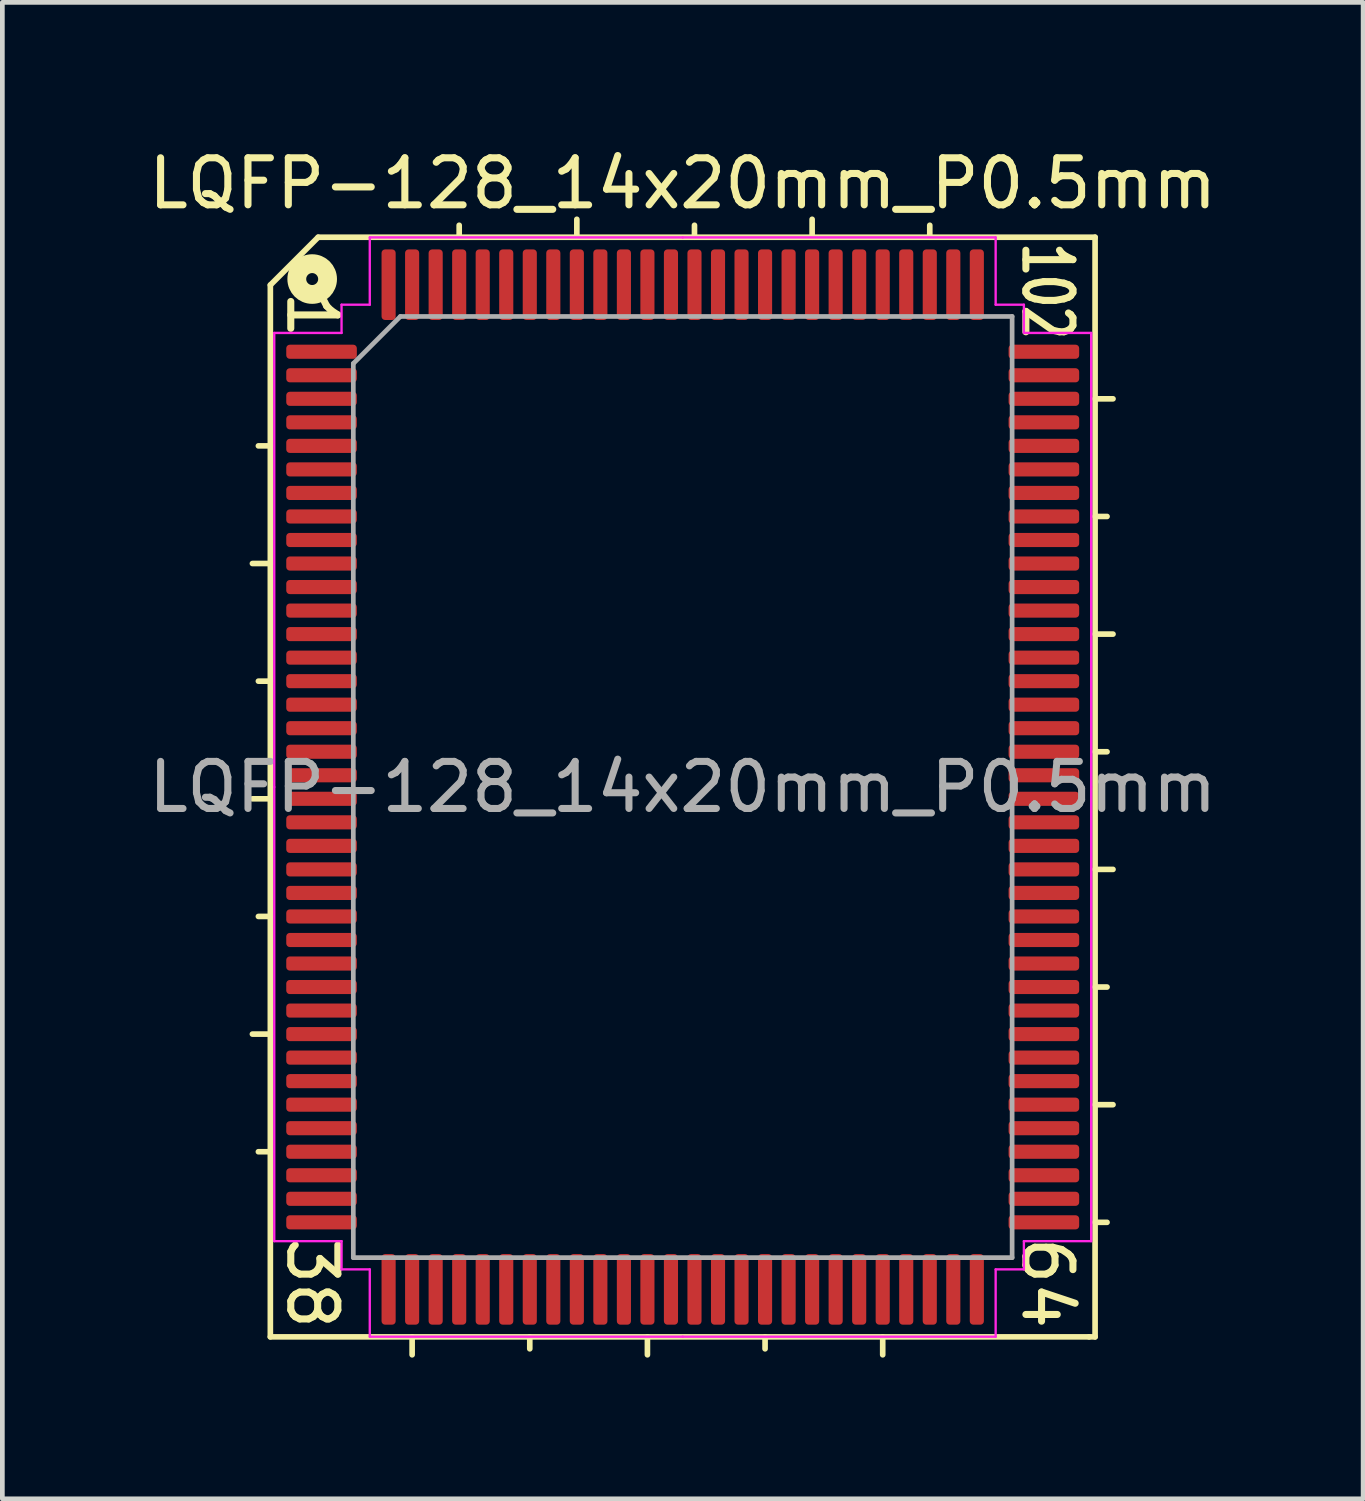
<source format=kicad_pcb>
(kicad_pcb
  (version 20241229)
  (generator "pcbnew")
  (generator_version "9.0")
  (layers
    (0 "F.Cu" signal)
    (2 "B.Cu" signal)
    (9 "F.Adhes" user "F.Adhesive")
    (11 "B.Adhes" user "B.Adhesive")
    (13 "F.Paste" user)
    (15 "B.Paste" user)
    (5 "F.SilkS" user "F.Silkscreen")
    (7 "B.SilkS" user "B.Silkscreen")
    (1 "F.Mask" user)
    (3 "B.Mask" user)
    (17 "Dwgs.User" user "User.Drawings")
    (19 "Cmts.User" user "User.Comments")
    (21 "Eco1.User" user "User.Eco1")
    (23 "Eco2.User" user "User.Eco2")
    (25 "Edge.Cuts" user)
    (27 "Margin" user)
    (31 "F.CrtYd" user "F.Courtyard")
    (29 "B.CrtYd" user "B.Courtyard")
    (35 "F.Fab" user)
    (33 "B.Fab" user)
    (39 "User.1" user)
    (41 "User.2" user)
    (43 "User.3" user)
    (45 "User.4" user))
  (footprint "LQFP-128_14x20mm_P0.5mm"
    (layer "F.Cu")
    (at 11.458 13.675)
    (property "Reference" "LQFP-128_14x20mm_P0.5mm" (at 0 -12.827 0) (layer "F.SilkS") (effects (font (size 1 1) (thickness 0.15))))
    (attr smd)
    (fp_line (start -9.144 -4.75) (end -8.763 -4.75) (stroke (width 0.12) (type solid)) (layer "F.SilkS"))
    (fp_line (start -9.144 0.25) (end -8.763 0.25) (stroke (width 0.12) (type solid)) (layer "F.SilkS"))
    (fp_line (start -9.144 5.25) (end -8.763 5.25) (stroke (width 0.12) (type solid)) (layer "F.SilkS"))
    (fp_line (start -9.017 -2.25) (end -8.763 -2.25) (stroke (width 0.12) (type solid)) (layer "F.SilkS"))
    (fp_line (start -9.017 2.75) (end -8.763 2.75) (stroke (width 0.12) (type solid)) (layer "F.SilkS"))
    (fp_line (start -9.017 7.75) (end -8.763 7.75) (stroke (width 0.12) (type solid)) (layer "F.SilkS"))
    (fp_line (start -8.763 -10.668) (end -8.763 11.684) (stroke (width 0.12) (type solid)) (layer "F.SilkS"))
    (fp_line (start -8.763 -7.25) (end -9.017 -7.25) (stroke (width 0.12) (type solid)) (layer "F.SilkS"))
    (fp_line (start -8.763 11.684) (end 8.636 11.684) (stroke (width 0.12) (type solid)) (layer "F.SilkS"))
    (fp_line (start -7.747 -11.684) (end -8.763 -10.668) (stroke (width 0.12) (type solid)) (layer "F.SilkS"))
    (fp_line (start -5.75 12.065) (end -5.75 11.684) (stroke (width 0.12) (type solid)) (layer "F.SilkS"))
    (fp_line (start -4.75 -11.938) (end -4.75 -11.684) (stroke (width 0.12) (type solid)) (layer "F.SilkS"))
    (fp_line (start -3.25 11.938) (end -3.25 11.684) (stroke (width 0.12) (type solid)) (layer "F.SilkS"))
    (fp_line (start -2.25 -12.065) (end -2.25 -11.684) (stroke (width 0.12) (type solid)) (layer "F.SilkS"))
    (fp_line (start -0.75 12.065) (end -0.75 11.684) (stroke (width 0.12) (type solid)) (layer "F.SilkS"))
    (fp_line (start 0.25 -11.938) (end 0.25 -11.684) (stroke (width 0.12) (type solid)) (layer "F.SilkS"))
    (fp_line (start 1.75 11.938) (end 1.75 11.684) (stroke (width 0.12) (type solid)) (layer "F.SilkS"))
    (fp_line (start 2.75 -12.065) (end 2.75 -11.684) (stroke (width 0.12) (type solid)) (layer "F.SilkS"))
    (fp_line (start 4.25 12.065) (end 4.25 11.684) (stroke (width 0.12) (type solid)) (layer "F.SilkS"))
    (fp_line (start 5.25 -11.938) (end 5.25 -11.684) (stroke (width 0.12) (type solid)) (layer "F.SilkS"))
    (fp_line (start 8.636 11.684) (end 8.763 11.684) (stroke (width 0.12) (type solid)) (layer "F.SilkS"))
    (fp_line (start 8.763 -11.684) (end -7.747 -11.684) (stroke (width 0.12) (type solid)) (layer "F.SilkS"))
    (fp_line (start 8.763 11.684) (end 8.763 -11.684) (stroke (width 0.12) (type solid)) (layer "F.SilkS"))
    (fp_line (start 9.017 -5.75) (end 8.763 -5.75) (stroke (width 0.12) (type solid)) (layer "F.SilkS"))
    (fp_line (start 9.017 -0.75) (end 8.763 -0.75) (stroke (width 0.12) (type solid)) (layer "F.SilkS"))
    (fp_line (start 9.017 4.25) (end 8.763 4.25) (stroke (width 0.12) (type solid)) (layer "F.SilkS"))
    (fp_line (start 9.017 9.25) (end 8.763 9.25) (stroke (width 0.12) (type solid)) (layer "F.SilkS"))
    (fp_line (start 9.144 -8.25) (end 8.763 -8.25) (stroke (width 0.12) (type solid)) (layer "F.SilkS"))
    (fp_line (start 9.144 -3.25) (end 8.763 -3.25) (stroke (width 0.12) (type solid)) (layer "F.SilkS"))
    (fp_line (start 9.144 1.75) (end 8.763 1.75) (stroke (width 0.12) (type solid)) (layer "F.SilkS"))
    (fp_line (start 9.144 6.75) (end 8.763 6.75) (stroke (width 0.12) (type solid)) (layer "F.SilkS"))
    (fp_circle (center -7.874 -10.795) (end -7.747 -10.795) (stroke (width 0.4) (type solid)) (fill no) (layer "F.SilkS"))
    (fp_line (start -8.68 -9.65) (end -8.68 0) (stroke (width 0.05) (type solid)) (layer "F.CrtYd"))
    (fp_line (start -8.68 9.65) (end -8.68 0) (stroke (width 0.05) (type solid)) (layer "F.CrtYd"))
    (fp_line (start -7.25 -10.25) (end -7.25 -9.65) (stroke (width 0.05) (type solid)) (layer "F.CrtYd"))
    (fp_line (start -7.25 -9.65) (end -8.68 -9.65) (stroke (width 0.05) (type solid)) (layer "F.CrtYd"))
    (fp_line (start -7.25 9.65) (end -8.68 9.65) (stroke (width 0.05) (type solid)) (layer "F.CrtYd"))
    (fp_line (start -7.25 10.25) (end -7.25 9.65) (stroke (width 0.05) (type solid)) (layer "F.CrtYd"))
    (fp_line (start -6.65 -11.68) (end -6.65 -10.25) (stroke (width 0.05) (type solid)) (layer "F.CrtYd"))
    (fp_line (start -6.65 -10.25) (end -7.25 -10.25) (stroke (width 0.05) (type solid)) (layer "F.CrtYd"))
    (fp_line (start -6.65 10.25) (end -7.25 10.25) (stroke (width 0.05) (type solid)) (layer "F.CrtYd"))
    (fp_line (start -6.65 11.68) (end -6.65 10.25) (stroke (width 0.05) (type solid)) (layer "F.CrtYd"))
    (fp_line (start 0 -11.68) (end -6.65 -11.68) (stroke (width 0.05) (type solid)) (layer "F.CrtYd"))
    (fp_line (start 0 -11.68) (end 6.65 -11.68) (stroke (width 0.05) (type solid)) (layer "F.CrtYd"))
    (fp_line (start 0 11.68) (end -6.65 11.68) (stroke (width 0.05) (type solid)) (layer "F.CrtYd"))
    (fp_line (start 0 11.68) (end 6.65 11.68) (stroke (width 0.05) (type solid)) (layer "F.CrtYd"))
    (fp_line (start 6.65 -11.68) (end 6.65 -10.25) (stroke (width 0.05) (type solid)) (layer "F.CrtYd"))
    (fp_line (start 6.65 -10.25) (end 7.25 -10.25) (stroke (width 0.05) (type solid)) (layer "F.CrtYd"))
    (fp_line (start 6.65 10.25) (end 7.25 10.25) (stroke (width 0.05) (type solid)) (layer "F.CrtYd"))
    (fp_line (start 6.65 11.68) (end 6.65 10.25) (stroke (width 0.05) (type solid)) (layer "F.CrtYd"))
    (fp_line (start 7.25 -10.25) (end 7.25 -9.65) (stroke (width 0.05) (type solid)) (layer "F.CrtYd"))
    (fp_line (start 7.25 -9.65) (end 8.68 -9.65) (stroke (width 0.05) (type solid)) (layer "F.CrtYd"))
    (fp_line (start 7.25 9.65) (end 8.68 9.65) (stroke (width 0.05) (type solid)) (layer "F.CrtYd"))
    (fp_line (start 7.25 10.25) (end 7.25 9.65) (stroke (width 0.05) (type solid)) (layer "F.CrtYd"))
    (fp_line (start 8.68 -9.65) (end 8.68 0) (stroke (width 0.05) (type solid)) (layer "F.CrtYd"))
    (fp_line (start 8.68 9.65) (end 8.68 0) (stroke (width 0.05) (type solid)) (layer "F.CrtYd"))
    (fp_line (start -7 -9) (end -6 -10) (stroke (width 0.1) (type solid)) (layer "F.Fab"))
    (fp_line (start -7 10) (end -7 -9) (stroke (width 0.1) (type solid)) (layer "F.Fab"))
    (fp_line (start -6 -10) (end 7 -10) (stroke (width 0.1) (type solid)) (layer "F.Fab"))
    (fp_line (start 7 -10) (end 7 10) (stroke (width 0.1) (type solid)) (layer "F.Fab"))
    (fp_line (start 7 10) (end -7 10) (stroke (width 0.1) (type solid)) (layer "F.Fab"))
    (fp_text user "102" (at 7.747 -10.541 270) (unlocked yes) (layer "F.SilkS") (effects (font (size 1 0.7) (thickness 0.15))))
    (fp_text user "38" (at -7.874 10.541 270) (unlocked yes) (layer "F.SilkS") (effects (font (size 1 1) (thickness 0.15))))
    (fp_text user "64" (at 7.747 10.541 270) (unlocked yes) (layer "F.SilkS") (effects (font (size 1 1) (thickness 0.15))))
    (fp_text user "1" (at -7.874 -10.033 270) (unlocked yes) (layer "F.SilkS") (effects (font (size 1 1) (thickness 0.15))))
    (fp_text user "${REFERENCE}" (at 0 0 0) (layer "F.Fab") (effects (font (size 1 1) (thickness 0.15))))
    (pad "1" smd roundrect (at -7.675 -9.25) (size 1.5 0.3) (layers "F.Cu" "F.Mask" "F.Paste") (roundrect_rratio 0.25))
    (pad "2" smd roundrect (at -7.675 -8.75) (size 1.5 0.3) (layers "F.Cu" "F.Mask" "F.Paste") (roundrect_rratio 0.25))
    (pad "3" smd roundrect (at -7.675 -8.25) (size 1.5 0.3) (layers "F.Cu" "F.Mask" "F.Paste") (roundrect_rratio 0.25))
    (pad "4" smd roundrect (at -7.675 -7.75) (size 1.5 0.3) (layers "F.Cu" "F.Mask" "F.Paste") (roundrect_rratio 0.25))
    (pad "5" smd roundrect (at -7.675 -7.25) (size 1.5 0.3) (layers "F.Cu" "F.Mask" "F.Paste") (roundrect_rratio 0.25))
    (pad "6" smd roundrect (at -7.675 -6.75) (size 1.5 0.3) (layers "F.Cu" "F.Mask" "F.Paste") (roundrect_rratio 0.25))
    (pad "7" smd roundrect (at -7.675 -6.25) (size 1.5 0.3) (layers "F.Cu" "F.Mask" "F.Paste") (roundrect_rratio 0.25))
    (pad "8" smd roundrect (at -7.675 -5.75) (size 1.5 0.3) (layers "F.Cu" "F.Mask" "F.Paste") (roundrect_rratio 0.25))
    (pad "9" smd roundrect (at -7.675 -5.25) (size 1.5 0.3) (layers "F.Cu" "F.Mask" "F.Paste") (roundrect_rratio 0.25))
    (pad "10" smd roundrect (at -7.675 -4.75) (size 1.5 0.3) (layers "F.Cu" "F.Mask" "F.Paste") (roundrect_rratio 0.25))
    (pad "11" smd roundrect (at -7.675 -4.25) (size 1.5 0.3) (layers "F.Cu" "F.Mask" "F.Paste") (roundrect_rratio 0.25))
    (pad "12" smd roundrect (at -7.675 -3.75) (size 1.5 0.3) (layers "F.Cu" "F.Mask" "F.Paste") (roundrect_rratio 0.25))
    (pad "13" smd roundrect (at -7.675 -3.25) (size 1.5 0.3) (layers "F.Cu" "F.Mask" "F.Paste") (roundrect_rratio 0.25))
    (pad "14" smd roundrect (at -7.675 -2.75) (size 1.5 0.3) (layers "F.Cu" "F.Mask" "F.Paste") (roundrect_rratio 0.25))
    (pad "15" smd roundrect (at -7.675 -2.25) (size 1.5 0.3) (layers "F.Cu" "F.Mask" "F.Paste") (roundrect_rratio 0.25))
    (pad "16" smd roundrect (at -7.675 -1.75) (size 1.5 0.3) (layers "F.Cu" "F.Mask" "F.Paste") (roundrect_rratio 0.25))
    (pad "17" smd roundrect (at -7.675 -1.25) (size 1.5 0.3) (layers "F.Cu" "F.Mask" "F.Paste") (roundrect_rratio 0.25))
    (pad "18" smd roundrect (at -7.675 -0.75) (size 1.5 0.3) (layers "F.Cu" "F.Mask" "F.Paste") (roundrect_rratio 0.25))
    (pad "19" smd roundrect (at -7.675 -0.25) (size 1.5 0.3) (layers "F.Cu" "F.Mask" "F.Paste") (roundrect_rratio 0.25))
    (pad "20" smd roundrect (at -7.675 0.25) (size 1.5 0.3) (layers "F.Cu" "F.Mask" "F.Paste") (roundrect_rratio 0.25))
    (pad "21" smd roundrect (at -7.675 0.75) (size 1.5 0.3) (layers "F.Cu" "F.Mask" "F.Paste") (roundrect_rratio 0.25))
    (pad "22" smd roundrect (at -7.675 1.25) (size 1.5 0.3) (layers "F.Cu" "F.Mask" "F.Paste") (roundrect_rratio 0.25))
    (pad "23" smd roundrect (at -7.675 1.75) (size 1.5 0.3) (layers "F.Cu" "F.Mask" "F.Paste") (roundrect_rratio 0.25))
    (pad "24" smd roundrect (at -7.675 2.25) (size 1.5 0.3) (layers "F.Cu" "F.Mask" "F.Paste") (roundrect_rratio 0.25))
    (pad "25" smd roundrect (at -7.675 2.75) (size 1.5 0.3) (layers "F.Cu" "F.Mask" "F.Paste") (roundrect_rratio 0.25))
    (pad "26" smd roundrect (at -7.675 3.25) (size 1.5 0.3) (layers "F.Cu" "F.Mask" "F.Paste") (roundrect_rratio 0.25))
    (pad "27" smd roundrect (at -7.675 3.75) (size 1.5 0.3) (layers "F.Cu" "F.Mask" "F.Paste") (roundrect_rratio 0.25))
    (pad "28" smd roundrect (at -7.675 4.25) (size 1.5 0.3) (layers "F.Cu" "F.Mask" "F.Paste") (roundrect_rratio 0.25))
    (pad "29" smd roundrect (at -7.675 4.75) (size 1.5 0.3) (layers "F.Cu" "F.Mask" "F.Paste") (roundrect_rratio 0.25))
    (pad "30" smd roundrect (at -7.675 5.25) (size 1.5 0.3) (layers "F.Cu" "F.Mask" "F.Paste") (roundrect_rratio 0.25))
    (pad "31" smd roundrect (at -7.675 5.75) (size 1.5 0.3) (layers "F.Cu" "F.Mask" "F.Paste") (roundrect_rratio 0.25))
    (pad "32" smd roundrect (at -7.675 6.25) (size 1.5 0.3) (layers "F.Cu" "F.Mask" "F.Paste") (roundrect_rratio 0.25))
    (pad "33" smd roundrect (at -7.675 6.75) (size 1.5 0.3) (layers "F.Cu" "F.Mask" "F.Paste") (roundrect_rratio 0.25))
    (pad "34" smd roundrect (at -7.675 7.25) (size 1.5 0.3) (layers "F.Cu" "F.Mask" "F.Paste") (roundrect_rratio 0.25))
    (pad "35" smd roundrect (at -7.675 7.75) (size 1.5 0.3) (layers "F.Cu" "F.Mask" "F.Paste") (roundrect_rratio 0.25))
    (pad "36" smd roundrect (at -7.675 8.25) (size 1.5 0.3) (layers "F.Cu" "F.Mask" "F.Paste") (roundrect_rratio 0.25))
    (pad "37" smd roundrect (at -7.675 8.75) (size 1.5 0.3) (layers "F.Cu" "F.Mask" "F.Paste") (roundrect_rratio 0.25))
    (pad "38" smd roundrect (at -7.675 9.25) (size 1.5 0.3) (layers "F.Cu" "F.Mask" "F.Paste") (roundrect_rratio 0.25))
    (pad "39" smd roundrect (at -6.25 10.675) (size 0.3 1.5) (layers "F.Cu" "F.Mask" "F.Paste") (roundrect_rratio 0.25))
    (pad "40" smd roundrect (at -5.75 10.675) (size 0.3 1.5) (layers "F.Cu" "F.Mask" "F.Paste") (roundrect_rratio 0.25))
    (pad "41" smd roundrect (at -5.25 10.675) (size 0.3 1.5) (layers "F.Cu" "F.Mask" "F.Paste") (roundrect_rratio 0.25))
    (pad "42" smd roundrect (at -4.75 10.675) (size 0.3 1.5) (layers "F.Cu" "F.Mask" "F.Paste") (roundrect_rratio 0.25))
    (pad "43" smd roundrect (at -4.25 10.675) (size 0.3 1.5) (layers "F.Cu" "F.Mask" "F.Paste") (roundrect_rratio 0.25))
    (pad "44" smd roundrect (at -3.75 10.675) (size 0.3 1.5) (layers "F.Cu" "F.Mask" "F.Paste") (roundrect_rratio 0.25))
    (pad "45" smd roundrect (at -3.25 10.675) (size 0.3 1.5) (layers "F.Cu" "F.Mask" "F.Paste") (roundrect_rratio 0.25))
    (pad "46" smd roundrect (at -2.75 10.675) (size 0.3 1.5) (layers "F.Cu" "F.Mask" "F.Paste") (roundrect_rratio 0.25))
    (pad "47" smd roundrect (at -2.25 10.675) (size 0.3 1.5) (layers "F.Cu" "F.Mask" "F.Paste") (roundrect_rratio 0.25))
    (pad "48" smd roundrect (at -1.75 10.675) (size 0.3 1.5) (layers "F.Cu" "F.Mask" "F.Paste") (roundrect_rratio 0.25))
    (pad "49" smd roundrect (at -1.25 10.675) (size 0.3 1.5) (layers "F.Cu" "F.Mask" "F.Paste") (roundrect_rratio 0.25))
    (pad "50" smd roundrect (at -0.75 10.675) (size 0.3 1.5) (layers "F.Cu" "F.Mask" "F.Paste") (roundrect_rratio 0.25))
    (pad "51" smd roundrect (at -0.25 10.675) (size 0.3 1.5) (layers "F.Cu" "F.Mask" "F.Paste") (roundrect_rratio 0.25))
    (pad "52" smd roundrect (at 0.25 10.675) (size 0.3 1.5) (layers "F.Cu" "F.Mask" "F.Paste") (roundrect_rratio 0.25))
    (pad "53" smd roundrect (at 0.75 10.675) (size 0.3 1.5) (layers "F.Cu" "F.Mask" "F.Paste") (roundrect_rratio 0.25))
    (pad "54" smd roundrect (at 1.25 10.675) (size 0.3 1.5) (layers "F.Cu" "F.Mask" "F.Paste") (roundrect_rratio 0.25))
    (pad "55" smd roundrect (at 1.75 10.675) (size 0.3 1.5) (layers "F.Cu" "F.Mask" "F.Paste") (roundrect_rratio 0.25))
    (pad "56" smd roundrect (at 2.25 10.675) (size 0.3 1.5) (layers "F.Cu" "F.Mask" "F.Paste") (roundrect_rratio 0.25))
    (pad "57" smd roundrect (at 2.75 10.675) (size 0.3 1.5) (layers "F.Cu" "F.Mask" "F.Paste") (roundrect_rratio 0.25))
    (pad "58" smd roundrect (at 3.25 10.675) (size 0.3 1.5) (layers "F.Cu" "F.Mask" "F.Paste") (roundrect_rratio 0.25))
    (pad "59" smd roundrect (at 3.75 10.675) (size 0.3 1.5) (layers "F.Cu" "F.Mask" "F.Paste") (roundrect_rratio 0.25))
    (pad "60" smd roundrect (at 4.25 10.675) (size 0.3 1.5) (layers "F.Cu" "F.Mask" "F.Paste") (roundrect_rratio 0.25))
    (pad "61" smd roundrect (at 4.75 10.675) (size 0.3 1.5) (layers "F.Cu" "F.Mask" "F.Paste") (roundrect_rratio 0.25))
    (pad "62" smd roundrect (at 5.25 10.675) (size 0.3 1.5) (layers "F.Cu" "F.Mask" "F.Paste") (roundrect_rratio 0.25))
    (pad "63" smd roundrect (at 5.75 10.675) (size 0.3 1.5) (layers "F.Cu" "F.Mask" "F.Paste") (roundrect_rratio 0.25))
    (pad "64" smd roundrect (at 6.25 10.675) (size 0.3 1.5) (layers "F.Cu" "F.Mask" "F.Paste") (roundrect_rratio 0.25))
    (pad "65" smd roundrect (at 7.675 9.25) (size 1.5 0.3) (layers "F.Cu" "F.Mask" "F.Paste") (roundrect_rratio 0.25))
    (pad "66" smd roundrect (at 7.675 8.75) (size 1.5 0.3) (layers "F.Cu" "F.Mask" "F.Paste") (roundrect_rratio 0.25))
    (pad "67" smd roundrect (at 7.675 8.25) (size 1.5 0.3) (layers "F.Cu" "F.Mask" "F.Paste") (roundrect_rratio 0.25))
    (pad "68" smd roundrect (at 7.675 7.75) (size 1.5 0.3) (layers "F.Cu" "F.Mask" "F.Paste") (roundrect_rratio 0.25))
    (pad "69" smd roundrect (at 7.675 7.25) (size 1.5 0.3) (layers "F.Cu" "F.Mask" "F.Paste") (roundrect_rratio 0.25))
    (pad "70" smd roundrect (at 7.675 6.75) (size 1.5 0.3) (layers "F.Cu" "F.Mask" "F.Paste") (roundrect_rratio 0.25))
    (pad "71" smd roundrect (at 7.675 6.25) (size 1.5 0.3) (layers "F.Cu" "F.Mask" "F.Paste") (roundrect_rratio 0.25))
    (pad "72" smd roundrect (at 7.675 5.75) (size 1.5 0.3) (layers "F.Cu" "F.Mask" "F.Paste") (roundrect_rratio 0.25))
    (pad "73" smd roundrect (at 7.675 5.25) (size 1.5 0.3) (layers "F.Cu" "F.Mask" "F.Paste") (roundrect_rratio 0.25))
    (pad "74" smd roundrect (at 7.675 4.75) (size 1.5 0.3) (layers "F.Cu" "F.Mask" "F.Paste") (roundrect_rratio 0.25))
    (pad "75" smd roundrect (at 7.675 4.25) (size 1.5 0.3) (layers "F.Cu" "F.Mask" "F.Paste") (roundrect_rratio 0.25))
    (pad "76" smd roundrect (at 7.675 3.75) (size 1.5 0.3) (layers "F.Cu" "F.Mask" "F.Paste") (roundrect_rratio 0.25))
    (pad "77" smd roundrect (at 7.675 3.25) (size 1.5 0.3) (layers "F.Cu" "F.Mask" "F.Paste") (roundrect_rratio 0.25))
    (pad "78" smd roundrect (at 7.675 2.75) (size 1.5 0.3) (layers "F.Cu" "F.Mask" "F.Paste") (roundrect_rratio 0.25))
    (pad "79" smd roundrect (at 7.675 2.25) (size 1.5 0.3) (layers "F.Cu" "F.Mask" "F.Paste") (roundrect_rratio 0.25))
    (pad "80" smd roundrect (at 7.675 1.75) (size 1.5 0.3) (layers "F.Cu" "F.Mask" "F.Paste") (roundrect_rratio 0.25))
    (pad "81" smd roundrect (at 7.675 1.25) (size 1.5 0.3) (layers "F.Cu" "F.Mask" "F.Paste") (roundrect_rratio 0.25))
    (pad "82" smd roundrect (at 7.675 0.75) (size 1.5 0.3) (layers "F.Cu" "F.Mask" "F.Paste") (roundrect_rratio 0.25))
    (pad "83" smd roundrect (at 7.675 0.25) (size 1.5 0.3) (layers "F.Cu" "F.Mask" "F.Paste") (roundrect_rratio 0.25))
    (pad "84" smd roundrect (at 7.675 -0.25) (size 1.5 0.3) (layers "F.Cu" "F.Mask" "F.Paste") (roundrect_rratio 0.25))
    (pad "85" smd roundrect (at 7.675 -0.75) (size 1.5 0.3) (layers "F.Cu" "F.Mask" "F.Paste") (roundrect_rratio 0.25))
    (pad "86" smd roundrect (at 7.675 -1.25) (size 1.5 0.3) (layers "F.Cu" "F.Mask" "F.Paste") (roundrect_rratio 0.25))
    (pad "87" smd roundrect (at 7.675 -1.75) (size 1.5 0.3) (layers "F.Cu" "F.Mask" "F.Paste") (roundrect_rratio 0.25))
    (pad "88" smd roundrect (at 7.675 -2.25) (size 1.5 0.3) (layers "F.Cu" "F.Mask" "F.Paste") (roundrect_rratio 0.25))
    (pad "89" smd roundrect (at 7.675 -2.75) (size 1.5 0.3) (layers "F.Cu" "F.Mask" "F.Paste") (roundrect_rratio 0.25))
    (pad "90" smd roundrect (at 7.675 -3.25) (size 1.5 0.3) (layers "F.Cu" "F.Mask" "F.Paste") (roundrect_rratio 0.25))
    (pad "91" smd roundrect (at 7.675 -3.75) (size 1.5 0.3) (layers "F.Cu" "F.Mask" "F.Paste") (roundrect_rratio 0.25))
    (pad "92" smd roundrect (at 7.675 -4.25) (size 1.5 0.3) (layers "F.Cu" "F.Mask" "F.Paste") (roundrect_rratio 0.25))
    (pad "93" smd roundrect (at 7.675 -4.75) (size 1.5 0.3) (layers "F.Cu" "F.Mask" "F.Paste") (roundrect_rratio 0.25))
    (pad "94" smd roundrect (at 7.675 -5.25) (size 1.5 0.3) (layers "F.Cu" "F.Mask" "F.Paste") (roundrect_rratio 0.25))
    (pad "95" smd roundrect (at 7.675 -5.75) (size 1.5 0.3) (layers "F.Cu" "F.Mask" "F.Paste") (roundrect_rratio 0.25))
    (pad "96" smd roundrect (at 7.675 -6.25) (size 1.5 0.3) (layers "F.Cu" "F.Mask" "F.Paste") (roundrect_rratio 0.25))
    (pad "97" smd roundrect (at 7.675 -6.75) (size 1.5 0.3) (layers "F.Cu" "F.Mask" "F.Paste") (roundrect_rratio 0.25))
    (pad "98" smd roundrect (at 7.675 -7.25) (size 1.5 0.3) (layers "F.Cu" "F.Mask" "F.Paste") (roundrect_rratio 0.25))
    (pad "99" smd roundrect (at 7.675 -7.75) (size 1.5 0.3) (layers "F.Cu" "F.Mask" "F.Paste") (roundrect_rratio 0.25))
    (pad "100" smd roundrect (at 7.675 -8.25) (size 1.5 0.3) (layers "F.Cu" "F.Mask" "F.Paste") (roundrect_rratio 0.25))
    (pad "101" smd roundrect (at 7.675 -8.75) (size 1.5 0.3) (layers "F.Cu" "F.Mask" "F.Paste") (roundrect_rratio 0.25))
    (pad "102" smd roundrect (at 7.675 -9.25) (size 1.5 0.3) (layers "F.Cu" "F.Mask" "F.Paste") (roundrect_rratio 0.25))
    (pad "103" smd roundrect (at 6.25 -10.675) (size 0.3 1.5) (layers "F.Cu" "F.Mask" "F.Paste") (roundrect_rratio 0.25))
    (pad "104" smd roundrect (at 5.75 -10.675) (size 0.3 1.5) (layers "F.Cu" "F.Mask" "F.Paste") (roundrect_rratio 0.25))
    (pad "105" smd roundrect (at 5.25 -10.675) (size 0.3 1.5) (layers "F.Cu" "F.Mask" "F.Paste") (roundrect_rratio 0.25))
    (pad "106" smd roundrect (at 4.75 -10.675) (size 0.3 1.5) (layers "F.Cu" "F.Mask" "F.Paste") (roundrect_rratio 0.25))
    (pad "107" smd roundrect (at 4.25 -10.675) (size 0.3 1.5) (layers "F.Cu" "F.Mask" "F.Paste") (roundrect_rratio 0.25))
    (pad "108" smd roundrect (at 3.75 -10.675) (size 0.3 1.5) (layers "F.Cu" "F.Mask" "F.Paste") (roundrect_rratio 0.25))
    (pad "109" smd roundrect (at 3.25 -10.675) (size 0.3 1.5) (layers "F.Cu" "F.Mask" "F.Paste") (roundrect_rratio 0.25))
    (pad "110" smd roundrect (at 2.75 -10.675) (size 0.3 1.5) (layers "F.Cu" "F.Mask" "F.Paste") (roundrect_rratio 0.25))
    (pad "111" smd roundrect (at 2.25 -10.675) (size 0.3 1.5) (layers "F.Cu" "F.Mask" "F.Paste") (roundrect_rratio 0.25))
    (pad "112" smd roundrect (at 1.75 -10.675) (size 0.3 1.5) (layers "F.Cu" "F.Mask" "F.Paste") (roundrect_rratio 0.25))
    (pad "113" smd roundrect (at 1.25 -10.675) (size 0.3 1.5) (layers "F.Cu" "F.Mask" "F.Paste") (roundrect_rratio 0.25))
    (pad "114" smd roundrect (at 0.75 -10.675) (size 0.3 1.5) (layers "F.Cu" "F.Mask" "F.Paste") (roundrect_rratio 0.25))
    (pad "115" smd roundrect (at 0.25 -10.675) (size 0.3 1.5) (layers "F.Cu" "F.Mask" "F.Paste") (roundrect_rratio 0.25))
    (pad "116" smd roundrect (at -0.25 -10.675) (size 0.3 1.5) (layers "F.Cu" "F.Mask" "F.Paste") (roundrect_rratio 0.25))
    (pad "117" smd roundrect (at -0.75 -10.675) (size 0.3 1.5) (layers "F.Cu" "F.Mask" "F.Paste") (roundrect_rratio 0.25))
    (pad "118" smd roundrect (at -1.25 -10.675) (size 0.3 1.5) (layers "F.Cu" "F.Mask" "F.Paste") (roundrect_rratio 0.25))
    (pad "119" smd roundrect (at -1.75 -10.675) (size 0.3 1.5) (layers "F.Cu" "F.Mask" "F.Paste") (roundrect_rratio 0.25))
    (pad "120" smd roundrect (at -2.25 -10.675) (size 0.3 1.5) (layers "F.Cu" "F.Mask" "F.Paste") (roundrect_rratio 0.25))
    (pad "121" smd roundrect (at -2.75 -10.675) (size 0.3 1.5) (layers "F.Cu" "F.Mask" "F.Paste") (roundrect_rratio 0.25))
    (pad "122" smd roundrect (at -3.25 -10.675) (size 0.3 1.5) (layers "F.Cu" "F.Mask" "F.Paste") (roundrect_rratio 0.25))
    (pad "123" smd roundrect (at -3.75 -10.675) (size 0.3 1.5) (layers "F.Cu" "F.Mask" "F.Paste") (roundrect_rratio 0.25))
    (pad "124" smd roundrect (at -4.25 -10.675) (size 0.3 1.5) (layers "F.Cu" "F.Mask" "F.Paste") (roundrect_rratio 0.25))
    (pad "125" smd roundrect (at -4.75 -10.675) (size 0.3 1.5) (layers "F.Cu" "F.Mask" "F.Paste") (roundrect_rratio 0.25))
    (pad "126" smd roundrect (at -5.25 -10.675) (size 0.3 1.5) (layers "F.Cu" "F.Mask" "F.Paste") (roundrect_rratio 0.25))
    (pad "127" smd roundrect (at -5.75 -10.675) (size 0.3 1.5) (layers "F.Cu" "F.Mask" "F.Paste") (roundrect_rratio 0.25))
    (pad "128" smd roundrect (at -6.25 -10.675) (size 0.3 1.5) (layers "F.Cu" "F.Mask" "F.Paste") (roundrect_rratio 0.25)))
  (gr_rect
    (start -3 -3)
    (end 25.917 28.8)
    (stroke (width 0.1) (type default))
    (fill no)
    (layer "Edge.Cuts")))
</source>
